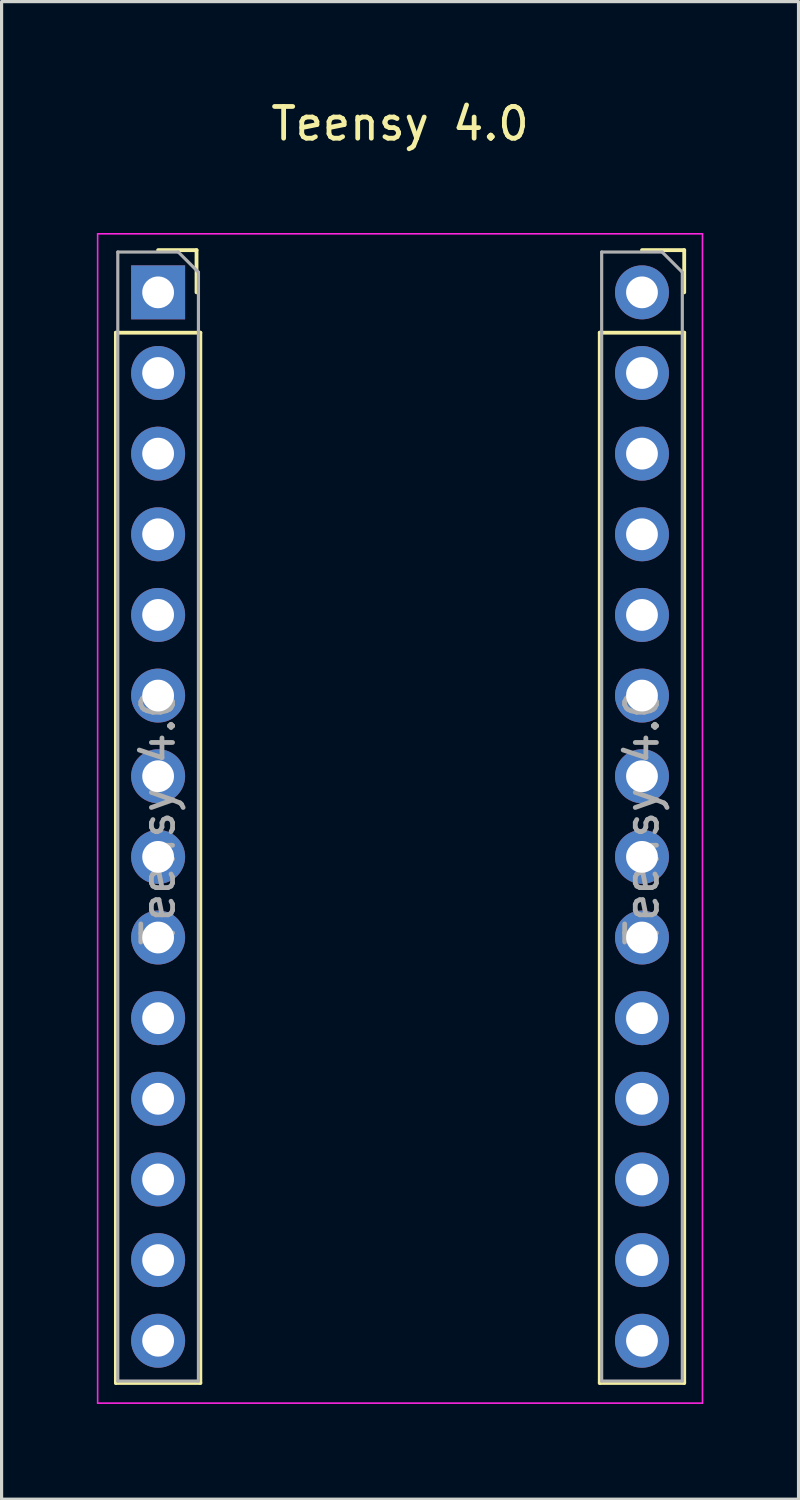
<source format=kicad_pcb>
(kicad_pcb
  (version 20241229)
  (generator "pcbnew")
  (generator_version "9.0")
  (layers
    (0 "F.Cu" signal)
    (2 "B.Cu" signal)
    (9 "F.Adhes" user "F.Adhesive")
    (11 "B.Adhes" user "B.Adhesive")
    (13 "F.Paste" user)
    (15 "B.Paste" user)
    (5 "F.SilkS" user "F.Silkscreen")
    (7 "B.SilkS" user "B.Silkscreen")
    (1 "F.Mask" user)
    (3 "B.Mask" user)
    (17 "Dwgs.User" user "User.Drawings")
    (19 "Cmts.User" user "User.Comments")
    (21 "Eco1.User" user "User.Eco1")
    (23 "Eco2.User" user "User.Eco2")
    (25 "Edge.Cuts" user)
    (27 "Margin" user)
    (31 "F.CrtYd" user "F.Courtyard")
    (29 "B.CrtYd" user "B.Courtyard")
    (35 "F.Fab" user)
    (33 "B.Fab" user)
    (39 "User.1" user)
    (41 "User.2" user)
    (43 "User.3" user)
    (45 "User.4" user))
  (footprint "Teensy 4.0"
    (layer "F.Cu")
    (at 9.55 0.443)
    (property "Reference" "Teensy 4.0" (at 0 0.405 0) (unlocked yes) (layer "F.SilkS") (effects (font (size 1 1) (thickness 0.15))))
    (attr through_hole)
    (fp_line (start -8.95 6.985) (end -8.95 40.065) (stroke (width 0.12) (type solid)) (layer "F.SilkS"))
    (fp_line (start -8.95 6.985) (end -6.29 6.985) (stroke (width 0.12) (type solid)) (layer "F.SilkS"))
    (fp_line (start -8.95 40.065) (end -6.29 40.065) (stroke (width 0.12) (type solid)) (layer "F.SilkS"))
    (fp_line (start -7.62 4.385) (end -6.41 4.385) (stroke (width 0.12) (type solid)) (layer "F.SilkS"))
    (fp_line (start -6.41 4.385) (end -6.41 5.715) (stroke (width 0.12) (type solid)) (layer "F.SilkS"))
    (fp_line (start -6.29 6.985) (end -6.29 40.065) (stroke (width 0.12) (type solid)) (layer "F.SilkS"))
    (fp_line (start 6.29 6.985) (end 6.29 40.065) (stroke (width 0.12) (type solid)) (layer "F.SilkS"))
    (fp_line (start 6.29 6.985) (end 8.95 6.985) (stroke (width 0.12) (type solid)) (layer "F.SilkS"))
    (fp_line (start 6.29 40.065) (end 8.95 40.065) (stroke (width 0.12) (type solid)) (layer "F.SilkS"))
    (fp_line (start 7.62 4.385) (end 8.95 4.385) (stroke (width 0.12) (type solid)) (layer "F.SilkS"))
    (fp_line (start 8.95 4.385) (end 8.95 5.715) (stroke (width 0.12) (type solid)) (layer "F.SilkS"))
    (fp_line (start 8.95 6.985) (end 8.95 40.065) (stroke (width 0.12) (type solid)) (layer "F.SilkS"))
    (fp_line (start -9.525 3.87) (end -9.525 40.7) (stroke (width 0.05) (type solid)) (layer "F.CrtYd"))
    (fp_line (start -9.525 40.7) (end 9.525 40.7) (stroke (width 0.05) (type solid)) (layer "F.CrtYd"))
    (fp_line (start 9.525 3.87) (end -9.525 3.87) (stroke (width 0.05) (type solid)) (layer "F.CrtYd"))
    (fp_line (start 9.525 40.7) (end 9.525 3.87) (stroke (width 0.05) (type solid)) (layer "F.CrtYd"))
    (fp_line (start -8.89 4.445) (end -6.985 4.445) (stroke (width 0.1) (type solid)) (layer "F.Fab"))
    (fp_line (start -8.89 40.005) (end -8.89 4.445) (stroke (width 0.1) (type solid)) (layer "F.Fab"))
    (fp_line (start -6.985 4.445) (end -6.35 5.08) (stroke (width 0.1) (type solid)) (layer "F.Fab"))
    (fp_line (start -6.35 5.08) (end -6.35 40.005) (stroke (width 0.1) (type solid)) (layer "F.Fab"))
    (fp_line (start -6.35 40.005) (end -8.89 40.005) (stroke (width 0.1) (type solid)) (layer "F.Fab"))
    (fp_line (start 6.35 4.445) (end 8.255 4.445) (stroke (width 0.1) (type solid)) (layer "F.Fab"))
    (fp_line (start 6.35 40.005) (end 6.35 4.445) (stroke (width 0.1) (type solid)) (layer "F.Fab"))
    (fp_line (start 8.255 4.445) (end 8.89 5.08) (stroke (width 0.1) (type solid)) (layer "F.Fab"))
    (fp_line (start 8.89 5.08) (end 8.89 40.005) (stroke (width 0.1) (type solid)) (layer "F.Fab"))
    (fp_line (start 8.89 40.005) (end 6.35 40.005) (stroke (width 0.1) (type solid)) (layer "F.Fab"))
    (fp_text user "${REFERENCE}" (at -7.62 22.225 90) (layer "F.Fab") (effects (font (size 1 1) (thickness 0.15))))
    (fp_text user "${REFERENCE}" (at 7.62 22.225 90) (layer "F.Fab") (effects (font (size 1 1) (thickness 0.15))))
    (pad "1" thru_hole rect (at -7.62 5.715) (size 1.7 1.7) (drill 1) (layers "*.Cu" "*.Mask"))
    (pad "2" thru_hole oval (at 7.62 5.715) (size 1.7 1.7) (drill 1) (layers "*.Cu" "*.Mask"))
    (pad "3" thru_hole oval (at -7.62 8.255) (size 1.7 1.7) (drill 1) (layers "*.Cu" "*.Mask"))
    (pad "4" thru_hole oval (at 7.62 8.255) (size 1.7 1.7) (drill 1) (layers "*.Cu" "*.Mask"))
    (pad "5" thru_hole oval (at -7.62 10.795) (size 1.7 1.7) (drill 1) (layers "*.Cu" "*.Mask"))
    (pad "6" thru_hole oval (at 7.62 10.795) (size 1.7 1.7) (drill 1) (layers "*.Cu" "*.Mask"))
    (pad "7" thru_hole oval (at -7.62 13.335) (size 1.7 1.7) (drill 1) (layers "*.Cu" "*.Mask"))
    (pad "8" thru_hole oval (at 7.62 13.335) (size 1.7 1.7) (drill 1) (layers "*.Cu" "*.Mask"))
    (pad "9" thru_hole oval (at -7.62 15.875) (size 1.7 1.7) (drill 1) (layers "*.Cu" "*.Mask"))
    (pad "10" thru_hole oval (at 7.62 15.875) (size 1.7 1.7) (drill 1) (layers "*.Cu" "*.Mask"))
    (pad "11" thru_hole oval (at -7.62 18.415) (size 1.7 1.7) (drill 1) (layers "*.Cu" "*.Mask"))
    (pad "12" thru_hole oval (at 7.62 18.415) (size 1.7 1.7) (drill 1) (layers "*.Cu" "*.Mask"))
    (pad "13" thru_hole oval (at -7.62 20.955) (size 1.7 1.7) (drill 1) (layers "*.Cu" "*.Mask"))
    (pad "14" thru_hole oval (at 7.62 20.955) (size 1.7 1.7) (drill 1) (layers "*.Cu" "*.Mask"))
    (pad "15" thru_hole oval (at -7.62 23.495) (size 1.7 1.7) (drill 1) (layers "*.Cu" "*.Mask"))
    (pad "16" thru_hole oval (at 7.62 23.495) (size 1.7 1.7) (drill 1) (layers "*.Cu" "*.Mask"))
    (pad "17" thru_hole oval (at -7.62 26.035) (size 1.7 1.7) (drill 1) (layers "*.Cu" "*.Mask"))
    (pad "18" thru_hole oval (at 7.62 26.035) (size 1.7 1.7) (drill 1) (layers "*.Cu" "*.Mask"))
    (pad "19" thru_hole oval (at -7.62 28.575) (size 1.7 1.7) (drill 1) (layers "*.Cu" "*.Mask"))
    (pad "20" thru_hole oval (at 7.62 28.575) (size 1.7 1.7) (drill 1) (layers "*.Cu" "*.Mask"))
    (pad "21" thru_hole oval (at -7.62 31.115) (size 1.7 1.7) (drill 1) (layers "*.Cu" "*.Mask"))
    (pad "22" thru_hole oval (at 7.62 31.115) (size 1.7 1.7) (drill 1) (layers "*.Cu" "*.Mask"))
    (pad "23" thru_hole oval (at -7.62 33.655) (size 1.7 1.7) (drill 1) (layers "*.Cu" "*.Mask"))
    (pad "24" thru_hole oval (at 7.62 33.655) (size 1.7 1.7) (drill 1) (layers "*.Cu" "*.Mask"))
    (pad "25" thru_hole oval (at -7.62 36.195) (size 1.7 1.7) (drill 1) (layers "*.Cu" "*.Mask"))
    (pad "26" thru_hole oval (at 7.62 36.195) (size 1.7 1.7) (drill 1) (layers "*.Cu" "*.Mask"))
    (pad "27" thru_hole oval (at -7.62 38.735) (size 1.7 1.7) (drill 1) (layers "*.Cu" "*.Mask"))
    (pad "28" thru_hole oval (at 7.62 38.735) (size 1.7 1.7) (drill 1) (layers "*.Cu" "*.Mask")))
  (gr_rect
    (start -3 -3)
    (end 22.1 44.168)
    (stroke (width 0.1) (type default))
    (fill no)
    (layer "Edge.Cuts")))
</source>
